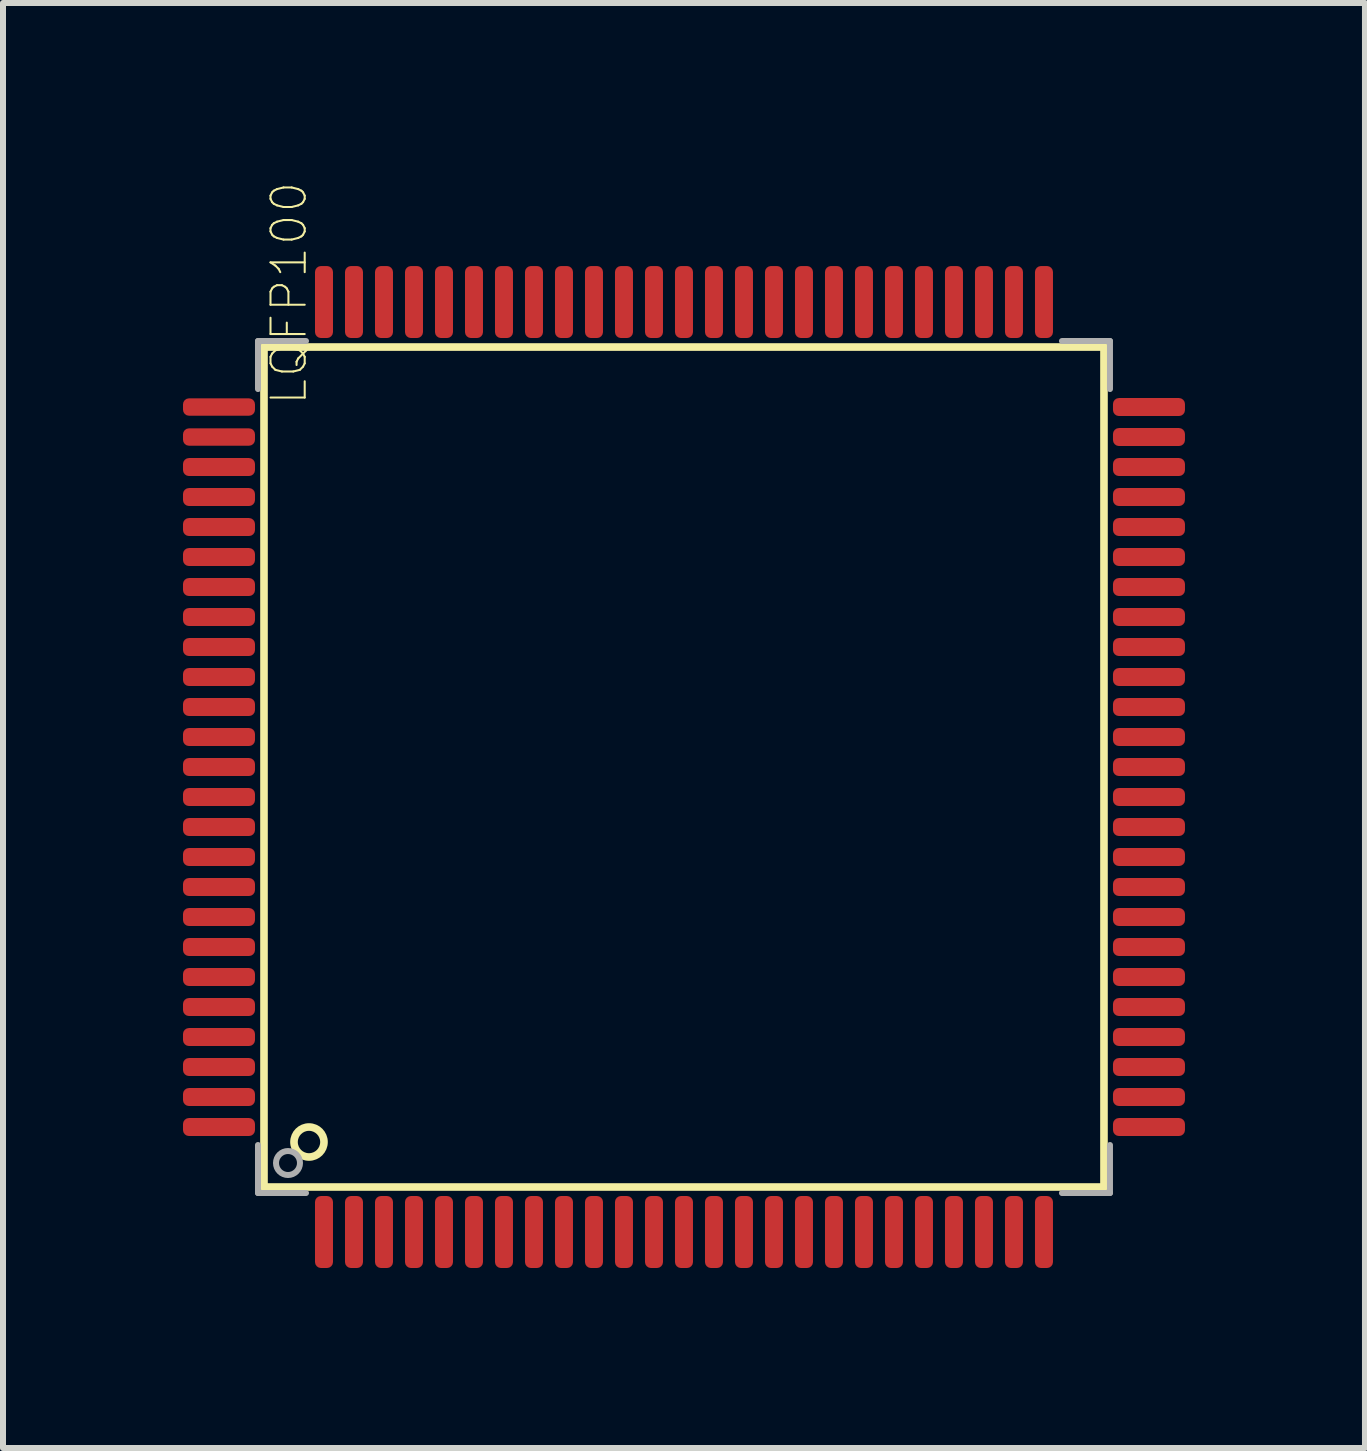
<source format=kicad_pcb>
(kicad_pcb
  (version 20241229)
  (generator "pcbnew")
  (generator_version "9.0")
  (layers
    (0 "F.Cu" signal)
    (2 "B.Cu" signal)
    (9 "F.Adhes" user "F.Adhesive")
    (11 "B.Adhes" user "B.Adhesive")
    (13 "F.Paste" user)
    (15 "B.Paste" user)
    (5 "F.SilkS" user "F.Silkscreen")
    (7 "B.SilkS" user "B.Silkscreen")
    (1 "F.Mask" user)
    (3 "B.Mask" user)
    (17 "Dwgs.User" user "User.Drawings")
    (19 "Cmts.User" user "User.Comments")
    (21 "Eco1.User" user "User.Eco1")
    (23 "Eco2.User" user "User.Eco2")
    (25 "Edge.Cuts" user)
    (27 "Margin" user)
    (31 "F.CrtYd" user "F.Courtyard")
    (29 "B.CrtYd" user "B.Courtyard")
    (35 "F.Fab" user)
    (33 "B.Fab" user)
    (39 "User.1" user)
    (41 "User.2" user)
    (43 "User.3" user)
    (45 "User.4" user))
  (footprint "LQFP100"
    (layer "F.Cu")
    (at 8.35 9.734)
    (property "Reference" "LQFP100" (at -6.25 -6 90) (layer "F.SilkS") (effects (font (size 0.57 0.57) (thickness 0.034)) (justify left bottom)))
    (attr through_hole)
    (fp_line (start -7 -7) (end -7 7) (stroke (width 0.127) (type solid)) (layer "F.SilkS"))
    (fp_line (start -7 7) (end 7 7) (stroke (width 0.127) (type solid)) (layer "F.SilkS"))
    (fp_line (start 7 -7) (end -7 -7) (stroke (width 0.127) (type solid)) (layer "F.SilkS"))
    (fp_line (start 7 7) (end 7 -7) (stroke (width 0.127) (type solid)) (layer "F.SilkS"))
    (fp_circle (center -6.25 6.25) (end -6 6.25) (stroke (width 0.127) (type solid)) (fill no) (layer "F.SilkS"))
    (fp_line (start -7.1 -7.1) (end -7.1 -6.3) (stroke (width 0.1) (type solid)) (layer "F.Fab"))
    (fp_line (start -7.1 7.1) (end -7.1 6.3) (stroke (width 0.1) (type solid)) (layer "F.Fab"))
    (fp_line (start -6.3 -7.1) (end -7.1 -7.1) (stroke (width 0.1) (type solid)) (layer "F.Fab"))
    (fp_line (start -6.3 7.1) (end -7.1 7.1) (stroke (width 0.1) (type solid)) (layer "F.Fab"))
    (fp_line (start 6.3 -7.1) (end 7.1 -7.1) (stroke (width 0.1) (type solid)) (layer "F.Fab"))
    (fp_line (start 7.1 -7.1) (end 7.1 -6.3) (stroke (width 0.1) (type solid)) (layer "F.Fab"))
    (fp_line (start 7.1 6.3) (end 7.1 7.1) (stroke (width 0.1) (type solid)) (layer "F.Fab"))
    (fp_line (start 7.1 7.1) (end 6.3 7.1) (stroke (width 0.1) (type solid)) (layer "F.Fab"))
    (fp_circle (center -6.6 6.6) (end -6.4 6.6) (stroke (width 0.1) (type solid)) (fill no) (layer "F.Fab"))
    (pad "1" smd roundrect (at -6 7.75 90) (size 1.2 0.3) (layers "F.Cu" "F.Mask" "F.Paste") (roundrect_rratio 0.333))
    (pad "2" smd roundrect (at -5.5 7.75 90) (size 1.2 0.3) (layers "F.Cu" "F.Mask" "F.Paste") (roundrect_rratio 0.333))
    (pad "3" smd roundrect (at -5 7.75 90) (size 1.2 0.3) (layers "F.Cu" "F.Mask" "F.Paste") (roundrect_rratio 0.333))
    (pad "4" smd roundrect (at -4.5 7.75 90) (size 1.2 0.3) (layers "F.Cu" "F.Mask" "F.Paste") (roundrect_rratio 0.333))
    (pad "5" smd roundrect (at -4 7.75 90) (size 1.2 0.3) (layers "F.Cu" "F.Mask" "F.Paste") (roundrect_rratio 0.333))
    (pad "6" smd roundrect (at -3.5 7.75 90) (size 1.2 0.3) (layers "F.Cu" "F.Mask" "F.Paste") (roundrect_rratio 0.333))
    (pad "7" smd roundrect (at -3 7.75 90) (size 1.2 0.3) (layers "F.Cu" "F.Mask" "F.Paste") (roundrect_rratio 0.333))
    (pad "8" smd roundrect (at -2.5 7.75 90) (size 1.2 0.3) (layers "F.Cu" "F.Mask" "F.Paste") (roundrect_rratio 0.333))
    (pad "9" smd roundrect (at -2 7.75 90) (size 1.2 0.3) (layers "F.Cu" "F.Mask" "F.Paste") (roundrect_rratio 0.333))
    (pad "10" smd roundrect (at -1.5 7.75 90) (size 1.2 0.3) (layers "F.Cu" "F.Mask" "F.Paste") (roundrect_rratio 0.333))
    (pad "11" smd roundrect (at -1 7.75 90) (size 1.2 0.3) (layers "F.Cu" "F.Mask" "F.Paste") (roundrect_rratio 0.333))
    (pad "12" smd roundrect (at -0.5 7.75 90) (size 1.2 0.3) (layers "F.Cu" "F.Mask" "F.Paste") (roundrect_rratio 0.333))
    (pad "13" smd roundrect (at 0 7.75 270) (size 1.2 0.3) (layers "F.Cu" "F.Mask" "F.Paste") (roundrect_rratio 0.333))
    (pad "14" smd roundrect (at 0.5 7.75 270) (size 1.2 0.3) (layers "F.Cu" "F.Mask" "F.Paste") (roundrect_rratio 0.333))
    (pad "15" smd roundrect (at 1 7.75 270) (size 1.2 0.3) (layers "F.Cu" "F.Mask" "F.Paste") (roundrect_rratio 0.333))
    (pad "16" smd roundrect (at 1.5 7.75 270) (size 1.2 0.3) (layers "F.Cu" "F.Mask" "F.Paste") (roundrect_rratio 0.333))
    (pad "17" smd roundrect (at 2 7.75 270) (size 1.2 0.3) (layers "F.Cu" "F.Mask" "F.Paste") (roundrect_rratio 0.333))
    (pad "18" smd roundrect (at 2.5 7.75 270) (size 1.2 0.3) (layers "F.Cu" "F.Mask" "F.Paste") (roundrect_rratio 0.333))
    (pad "19" smd roundrect (at 3 7.75 270) (size 1.2 0.3) (layers "F.Cu" "F.Mask" "F.Paste") (roundrect_rratio 0.333))
    (pad "20" smd roundrect (at 3.5 7.75 270) (size 1.2 0.3) (layers "F.Cu" "F.Mask" "F.Paste") (roundrect_rratio 0.333))
    (pad "21" smd roundrect (at 4 7.75 270) (size 1.2 0.3) (layers "F.Cu" "F.Mask" "F.Paste") (roundrect_rratio 0.333))
    (pad "22" smd roundrect (at 4.5 7.75 270) (size 1.2 0.3) (layers "F.Cu" "F.Mask" "F.Paste") (roundrect_rratio 0.333))
    (pad "23" smd roundrect (at 5 7.75 270) (size 1.2 0.3) (layers "F.Cu" "F.Mask" "F.Paste") (roundrect_rratio 0.333))
    (pad "24" smd roundrect (at 5.5 7.75 270) (size 1.2 0.3) (layers "F.Cu" "F.Mask" "F.Paste") (roundrect_rratio 0.333))
    (pad "25" smd roundrect (at 6 7.75 270) (size 1.2 0.3) (layers "F.Cu" "F.Mask" "F.Paste") (roundrect_rratio 0.333))
    (pad "26" smd roundrect (at 7.75 6) (size 1.2 0.3) (layers "F.Cu" "F.Mask" "F.Paste") (roundrect_rratio 0.333))
    (pad "27" smd roundrect (at 7.75 5.5) (size 1.2 0.3) (layers "F.Cu" "F.Mask" "F.Paste") (roundrect_rratio 0.333))
    (pad "28" smd roundrect (at 7.75 5) (size 1.2 0.3) (layers "F.Cu" "F.Mask" "F.Paste") (roundrect_rratio 0.333))
    (pad "29" smd roundrect (at 7.75 4.5) (size 1.2 0.3) (layers "F.Cu" "F.Mask" "F.Paste") (roundrect_rratio 0.333))
    (pad "30" smd roundrect (at 7.75 4) (size 1.2 0.3) (layers "F.Cu" "F.Mask" "F.Paste") (roundrect_rratio 0.333))
    (pad "31" smd roundrect (at 7.75 3.5) (size 1.2 0.3) (layers "F.Cu" "F.Mask" "F.Paste") (roundrect_rratio 0.333))
    (pad "32" smd roundrect (at 7.75 3) (size 1.2 0.3) (layers "F.Cu" "F.Mask" "F.Paste") (roundrect_rratio 0.333))
    (pad "33" smd roundrect (at 7.75 2.5) (size 1.2 0.3) (layers "F.Cu" "F.Mask" "F.Paste") (roundrect_rratio 0.333))
    (pad "34" smd roundrect (at 7.75 2) (size 1.2 0.3) (layers "F.Cu" "F.Mask" "F.Paste") (roundrect_rratio 0.333))
    (pad "35" smd roundrect (at 7.75 1.5) (size 1.2 0.3) (layers "F.Cu" "F.Mask" "F.Paste") (roundrect_rratio 0.333))
    (pad "36" smd roundrect (at 7.75 1) (size 1.2 0.3) (layers "F.Cu" "F.Mask" "F.Paste") (roundrect_rratio 0.333))
    (pad "37" smd roundrect (at 7.75 0.5) (size 1.2 0.3) (layers "F.Cu" "F.Mask" "F.Paste") (roundrect_rratio 0.333))
    (pad "38" smd roundrect (at 7.75 0) (size 1.2 0.3) (layers "F.Cu" "F.Mask" "F.Paste") (roundrect_rratio 0.333))
    (pad "39" smd roundrect (at 7.75 -0.5) (size 1.2 0.3) (layers "F.Cu" "F.Mask" "F.Paste") (roundrect_rratio 0.333))
    (pad "40" smd roundrect (at 7.75 -1) (size 1.2 0.3) (layers "F.Cu" "F.Mask" "F.Paste") (roundrect_rratio 0.333))
    (pad "41" smd roundrect (at 7.75 -1.5) (size 1.2 0.3) (layers "F.Cu" "F.Mask" "F.Paste") (roundrect_rratio 0.333))
    (pad "42" smd roundrect (at 7.75 -2) (size 1.2 0.3) (layers "F.Cu" "F.Mask" "F.Paste") (roundrect_rratio 0.333))
    (pad "43" smd roundrect (at 7.75 -2.5) (size 1.2 0.3) (layers "F.Cu" "F.Mask" "F.Paste") (roundrect_rratio 0.333))
    (pad "44" smd roundrect (at 7.75 -3) (size 1.2 0.3) (layers "F.Cu" "F.Mask" "F.Paste") (roundrect_rratio 0.333))
    (pad "45" smd roundrect (at 7.75 -3.5) (size 1.2 0.3) (layers "F.Cu" "F.Mask" "F.Paste") (roundrect_rratio 0.333))
    (pad "46" smd roundrect (at 7.75 -4) (size 1.2 0.3) (layers "F.Cu" "F.Mask" "F.Paste") (roundrect_rratio 0.333))
    (pad "47" smd roundrect (at 7.75 -4.5) (size 1.2 0.3) (layers "F.Cu" "F.Mask" "F.Paste") (roundrect_rratio 0.333))
    (pad "48" smd roundrect (at 7.75 -5) (size 1.2 0.3) (layers "F.Cu" "F.Mask" "F.Paste") (roundrect_rratio 0.333))
    (pad "49" smd roundrect (at 7.75 -5.5) (size 1.2 0.3) (layers "F.Cu" "F.Mask" "F.Paste") (roundrect_rratio 0.333))
    (pad "50" smd roundrect (at 7.75 -6) (size 1.2 0.3) (layers "F.Cu" "F.Mask" "F.Paste") (roundrect_rratio 0.333))
    (pad "51" smd roundrect (at 6 -7.75 90) (size 1.2 0.3) (layers "F.Cu" "F.Mask" "F.Paste") (roundrect_rratio 0.333))
    (pad "52" smd roundrect (at 5.5 -7.75 90) (size 1.2 0.3) (layers "F.Cu" "F.Mask" "F.Paste") (roundrect_rratio 0.333))
    (pad "53" smd roundrect (at 5 -7.75 90) (size 1.2 0.3) (layers "F.Cu" "F.Mask" "F.Paste") (roundrect_rratio 0.333))
    (pad "54" smd roundrect (at 4.5 -7.75 90) (size 1.2 0.3) (layers "F.Cu" "F.Mask" "F.Paste") (roundrect_rratio 0.333))
    (pad "55" smd roundrect (at 4 -7.75 90) (size 1.2 0.3) (layers "F.Cu" "F.Mask" "F.Paste") (roundrect_rratio 0.333))
    (pad "56" smd roundrect (at 3.5 -7.75 90) (size 1.2 0.3) (layers "F.Cu" "F.Mask" "F.Paste") (roundrect_rratio 0.333))
    (pad "57" smd roundrect (at 3 -7.75 90) (size 1.2 0.3) (layers "F.Cu" "F.Mask" "F.Paste") (roundrect_rratio 0.333))
    (pad "58" smd roundrect (at 2.5 -7.75 90) (size 1.2 0.3) (layers "F.Cu" "F.Mask" "F.Paste") (roundrect_rratio 0.333))
    (pad "59" smd roundrect (at 2 -7.75 90) (size 1.2 0.3) (layers "F.Cu" "F.Mask" "F.Paste") (roundrect_rratio 0.333))
    (pad "60" smd roundrect (at 1.5 -7.75 90) (size 1.2 0.3) (layers "F.Cu" "F.Mask" "F.Paste") (roundrect_rratio 0.333))
    (pad "61" smd roundrect (at 1 -7.75 90) (size 1.2 0.3) (layers "F.Cu" "F.Mask" "F.Paste") (roundrect_rratio 0.333))
    (pad "62" smd roundrect (at 0.5 -7.75 90) (size 1.2 0.3) (layers "F.Cu" "F.Mask" "F.Paste") (roundrect_rratio 0.333))
    (pad "63" smd roundrect (at 0 -7.75 90) (size 1.2 0.3) (layers "F.Cu" "F.Mask" "F.Paste") (roundrect_rratio 0.333))
    (pad "64" smd roundrect (at -0.5 -7.75 90) (size 1.2 0.3) (layers "F.Cu" "F.Mask" "F.Paste") (roundrect_rratio 0.333))
    (pad "65" smd roundrect (at -1 -7.75 90) (size 1.2 0.3) (layers "F.Cu" "F.Mask" "F.Paste") (roundrect_rratio 0.333))
    (pad "66" smd roundrect (at -1.5 -7.75 90) (size 1.2 0.3) (layers "F.Cu" "F.Mask" "F.Paste") (roundrect_rratio 0.333))
    (pad "67" smd roundrect (at -2 -7.75 90) (size 1.2 0.3) (layers "F.Cu" "F.Mask" "F.Paste") (roundrect_rratio 0.333))
    (pad "68" smd roundrect (at -2.5 -7.75 90) (size 1.2 0.3) (layers "F.Cu" "F.Mask" "F.Paste") (roundrect_rratio 0.333))
    (pad "69" smd roundrect (at -3 -7.75 90) (size 1.2 0.3) (layers "F.Cu" "F.Mask" "F.Paste") (roundrect_rratio 0.333))
    (pad "70" smd roundrect (at -3.5 -7.75 90) (size 1.2 0.3) (layers "F.Cu" "F.Mask" "F.Paste") (roundrect_rratio 0.333))
    (pad "71" smd roundrect (at -4 -7.75 90) (size 1.2 0.3) (layers "F.Cu" "F.Mask" "F.Paste") (roundrect_rratio 0.333))
    (pad "72" smd roundrect (at -4.5 -7.75 90) (size 1.2 0.3) (layers "F.Cu" "F.Mask" "F.Paste") (roundrect_rratio 0.333))
    (pad "73" smd roundrect (at -5 -7.75 90) (size 1.2 0.3) (layers "F.Cu" "F.Mask" "F.Paste") (roundrect_rratio 0.333))
    (pad "74" smd roundrect (at -5.5 -7.75 90) (size 1.2 0.3) (layers "F.Cu" "F.Mask" "F.Paste") (roundrect_rratio 0.333))
    (pad "75" smd roundrect (at -6 -7.75 90) (size 1.2 0.3) (layers "F.Cu" "F.Mask" "F.Paste") (roundrect_rratio 0.333))
    (pad "76" smd roundrect (at -7.75 -6 180) (size 1.2 0.29) (layers "F.Cu" "F.Mask" "F.Paste") (roundrect_rratio 0.345))
    (pad "77" smd roundrect (at -7.75 -5.5 180) (size 1.2 0.29) (layers "F.Cu" "F.Mask" "F.Paste") (roundrect_rratio 0.345))
    (pad "78" smd roundrect (at -7.75 -5 180) (size 1.2 0.3) (layers "F.Cu" "F.Mask" "F.Paste") (roundrect_rratio 0.333))
    (pad "79" smd roundrect (at -7.75 -4.5 180) (size 1.2 0.3) (layers "F.Cu" "F.Mask" "F.Paste") (roundrect_rratio 0.333))
    (pad "80" smd roundrect (at -7.75 -4 180) (size 1.2 0.3) (layers "F.Cu" "F.Mask" "F.Paste") (roundrect_rratio 0.333))
    (pad "81" smd roundrect (at -7.75 -3.5 180) (size 1.2 0.3) (layers "F.Cu" "F.Mask" "F.Paste") (roundrect_rratio 0.333))
    (pad "82" smd roundrect (at -7.75 -3 180) (size 1.2 0.3) (layers "F.Cu" "F.Mask" "F.Paste") (roundrect_rratio 0.333))
    (pad "83" smd roundrect (at -7.75 -2.5 180) (size 1.2 0.3) (layers "F.Cu" "F.Mask" "F.Paste") (roundrect_rratio 0.333))
    (pad "84" smd roundrect (at -7.75 -2 180) (size 1.2 0.3) (layers "F.Cu" "F.Mask" "F.Paste") (roundrect_rratio 0.333))
    (pad "85" smd roundrect (at -7.75 -1.5 180) (size 1.2 0.3) (layers "F.Cu" "F.Mask" "F.Paste") (roundrect_rratio 0.333))
    (pad "86" smd roundrect (at -7.75 -1 180) (size 1.2 0.3) (layers "F.Cu" "F.Mask" "F.Paste") (roundrect_rratio 0.333))
    (pad "87" smd roundrect (at -7.75 -0.5 180) (size 1.2 0.3) (layers "F.Cu" "F.Mask" "F.Paste") (roundrect_rratio 0.333))
    (pad "88" smd roundrect (at -7.75 0 180) (size 1.2 0.3) (layers "F.Cu" "F.Mask" "F.Paste") (roundrect_rratio 0.333))
    (pad "89" smd roundrect (at -7.75 0.5 180) (size 1.2 0.3) (layers "F.Cu" "F.Mask" "F.Paste") (roundrect_rratio 0.333))
    (pad "90" smd roundrect (at -7.75 1 180) (size 1.2 0.3) (layers "F.Cu" "F.Mask" "F.Paste") (roundrect_rratio 0.333))
    (pad "91" smd roundrect (at -7.75 1.5 180) (size 1.2 0.3) (layers "F.Cu" "F.Mask" "F.Paste") (roundrect_rratio 0.333))
    (pad "92" smd roundrect (at -7.75 2 180) (size 1.2 0.3) (layers "F.Cu" "F.Mask" "F.Paste") (roundrect_rratio 0.333))
    (pad "93" smd roundrect (at -7.75 2.5 180) (size 1.2 0.3) (layers "F.Cu" "F.Mask" "F.Paste") (roundrect_rratio 0.333))
    (pad "94" smd roundrect (at -7.75 3 180) (size 1.2 0.3) (layers "F.Cu" "F.Mask" "F.Paste") (roundrect_rratio 0.333))
    (pad "95" smd roundrect (at -7.75 3.5 180) (size 1.2 0.3) (layers "F.Cu" "F.Mask" "F.Paste") (roundrect_rratio 0.333))
    (pad "96" smd roundrect (at -7.75 4 180) (size 1.2 0.3) (layers "F.Cu" "F.Mask" "F.Paste") (roundrect_rratio 0.333))
    (pad "97" smd roundrect (at -7.75 4.5 180) (size 1.2 0.3) (layers "F.Cu" "F.Mask" "F.Paste") (roundrect_rratio 0.333))
    (pad "98" smd roundrect (at -7.75 5 180) (size 1.2 0.3) (layers "F.Cu" "F.Mask" "F.Paste") (roundrect_rratio 0.333))
    (pad "99" smd roundrect (at -7.75 5.5 180) (size 1.2 0.3) (layers "F.Cu" "F.Mask" "F.Paste") (roundrect_rratio 0.333))
    (pad "100" smd roundrect (at -7.75 6 180) (size 1.2 0.3) (layers "F.Cu" "F.Mask" "F.Paste") (roundrect_rratio 0.333)))
  (gr_rect
    (start -3 -3)
    (end 19.7 21.084)
    (stroke (width 0.1) (type default))
    (fill no)
    (layer "Edge.Cuts")))
</source>
